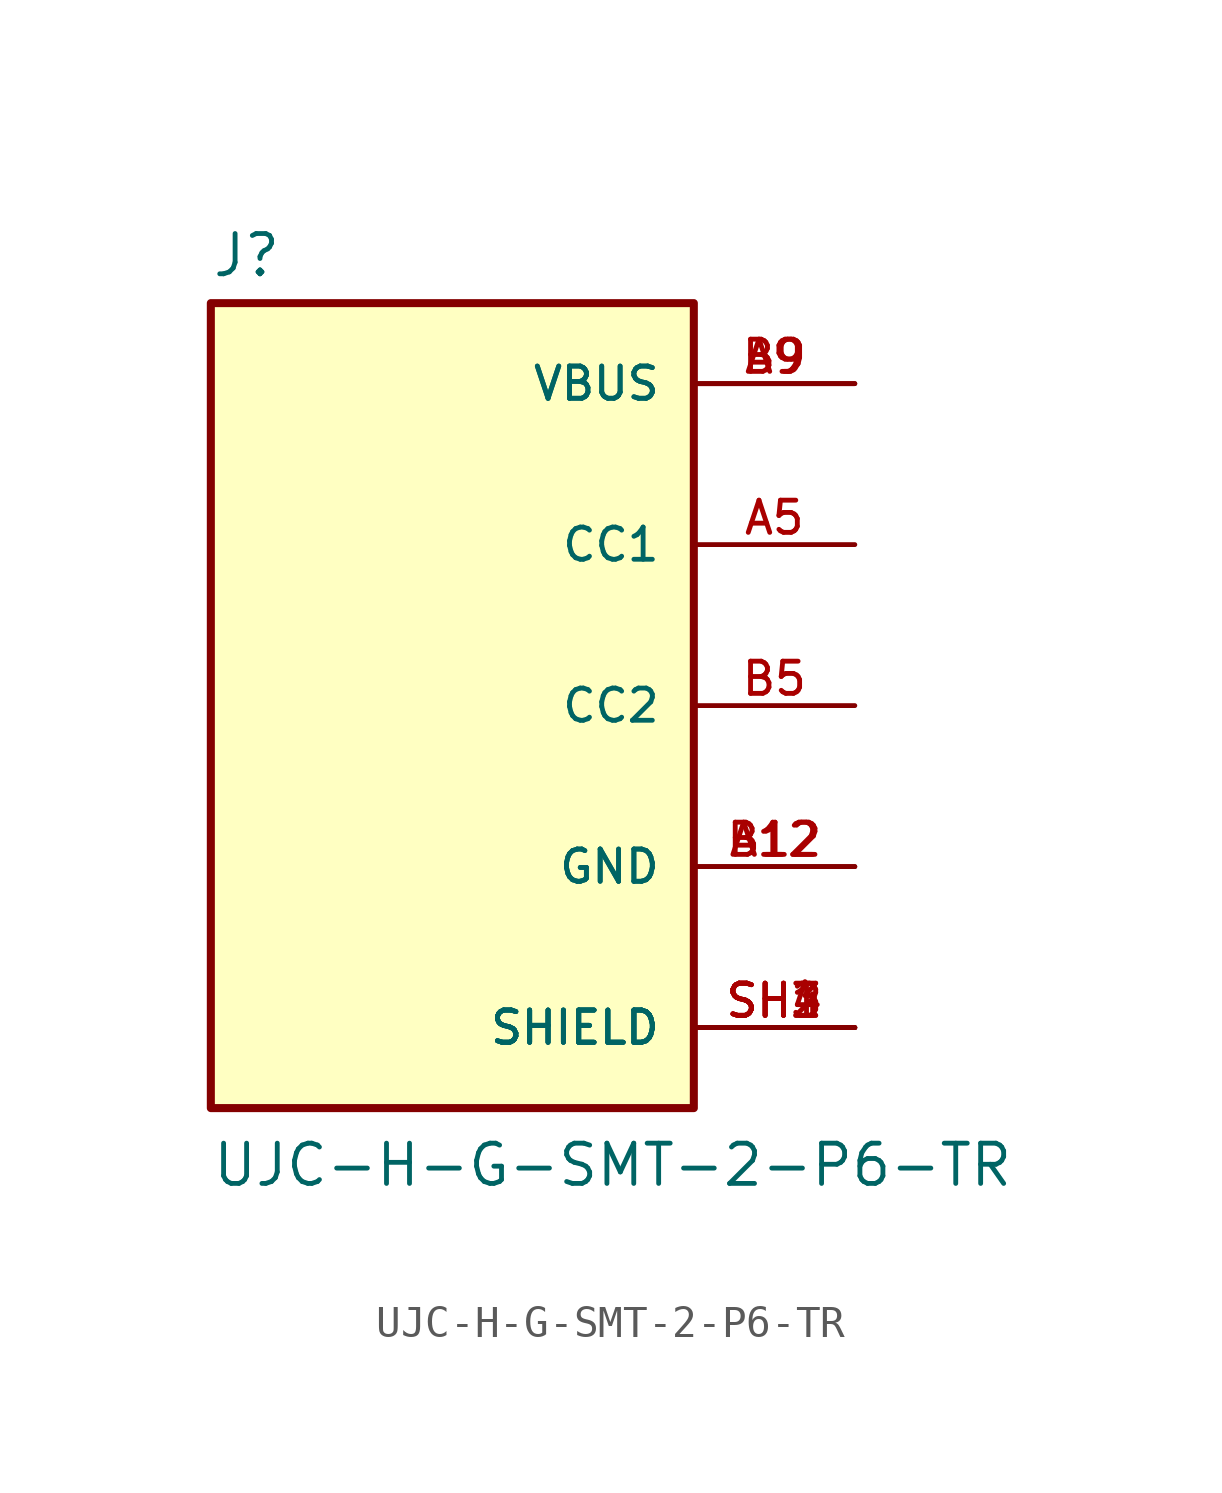
<source format=kicad_sym>
(kicad_symbol_lib
  (version 20211014)
  (generator kicad_symbol_editor)
  (symbol "UJC-H-G-SMT-2-P6-TR"
    (pin_names
      (offset 1.016))
    (property "Reference" "J"
      (at -7.62 13.462 0)
      (effects (font (size 1.27 1.27)) (justify bottom left)))
    (property "Value" "UJC-H-G-SMT-2-P6-TR"
      (at -7.62 -15.24 0)
      (effects (font (size 1.27 1.27)) (justify bottom left)))
    (symbol "UJC-H-G-SMT-2-P6-TR_0_0"
      (rectangle (start -7.62 -12.7) (end 7.62 12.7) (stroke (width 0.254)) (fill (type background)))
      (pin passive line (at 12.7 10.16 180.0) (length 5.08) (name "VBUS" (effects (font (size 1.016 1.016)))) (number "A9" (effects (font (size 1.016 1.016)))))
      (pin passive line (at 12.7 10.16 180.0) (length 5.08) (name "VBUS" (effects (font (size 1.016 1.016)))) (number "B9" (effects (font (size 1.016 1.016)))))
      (pin passive line (at 12.7 -10.16 180.0) (length 5.08) (name "SHIELD" (effects (font (size 1.016 1.016)))) (number "SH1" (effects (font (size 1.016 1.016)))))
      (pin passive line (at 12.7 -10.16 180.0) (length 5.08) (name "SHIELD" (effects (font (size 1.016 1.016)))) (number "SH2" (effects (font (size 1.016 1.016)))))
      (pin passive line (at 12.7 -10.16 180.0) (length 5.08) (name "SHIELD" (effects (font (size 1.016 1.016)))) (number "SH3" (effects (font (size 1.016 1.016)))))
      (pin passive line (at 12.7 -10.16 180.0) (length 5.08) (name "SHIELD" (effects (font (size 1.016 1.016)))) (number "SH4" (effects (font (size 1.016 1.016)))))
      (pin passive line (at 12.7 -5.08 180.0) (length 5.08) (name "GND" (effects (font (size 1.016 1.016)))) (number "A12" (effects (font (size 1.016 1.016)))))
      (pin passive line (at 12.7 -5.08 180.0) (length 5.08) (name "GND" (effects (font (size 1.016 1.016)))) (number "B12" (effects (font (size 1.016 1.016)))))
      (pin passive line (at 12.7 5.08 180.0) (length 5.08) (name "CC1" (effects (font (size 1.016 1.016)))) (number "A5" (effects (font (size 1.016 1.016)))))
      (pin passive line (at 12.7 0.0 180.0) (length 5.08) (name "CC2" (effects (font (size 1.016 1.016)))) (number "B5" (effects (font (size 1.016 1.016))))))))
</source>
